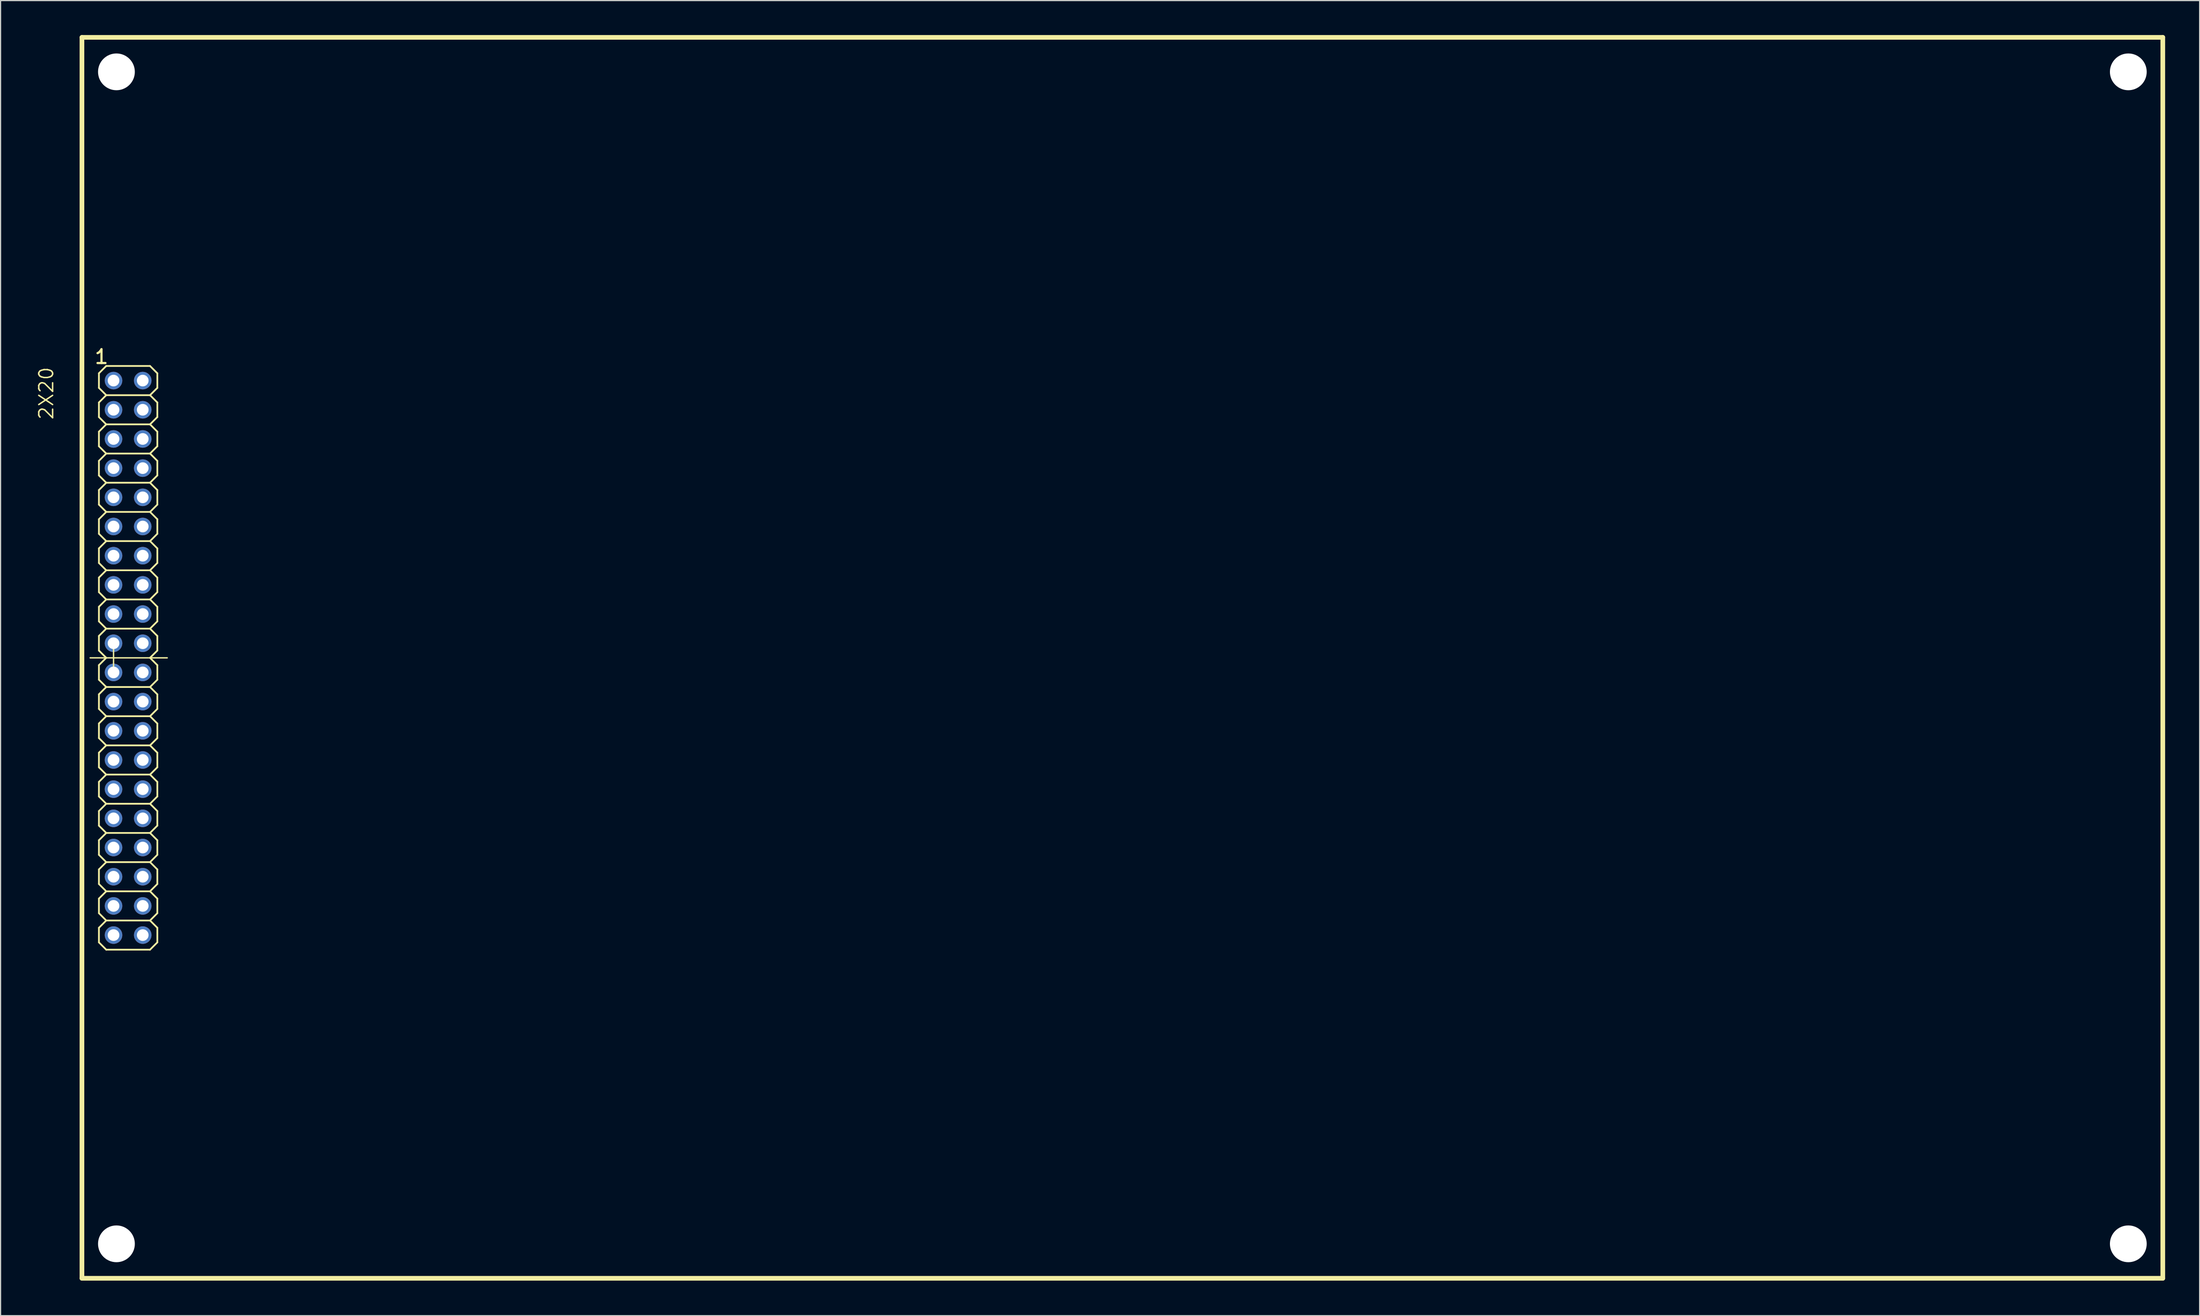
<source format=kicad_pcb>
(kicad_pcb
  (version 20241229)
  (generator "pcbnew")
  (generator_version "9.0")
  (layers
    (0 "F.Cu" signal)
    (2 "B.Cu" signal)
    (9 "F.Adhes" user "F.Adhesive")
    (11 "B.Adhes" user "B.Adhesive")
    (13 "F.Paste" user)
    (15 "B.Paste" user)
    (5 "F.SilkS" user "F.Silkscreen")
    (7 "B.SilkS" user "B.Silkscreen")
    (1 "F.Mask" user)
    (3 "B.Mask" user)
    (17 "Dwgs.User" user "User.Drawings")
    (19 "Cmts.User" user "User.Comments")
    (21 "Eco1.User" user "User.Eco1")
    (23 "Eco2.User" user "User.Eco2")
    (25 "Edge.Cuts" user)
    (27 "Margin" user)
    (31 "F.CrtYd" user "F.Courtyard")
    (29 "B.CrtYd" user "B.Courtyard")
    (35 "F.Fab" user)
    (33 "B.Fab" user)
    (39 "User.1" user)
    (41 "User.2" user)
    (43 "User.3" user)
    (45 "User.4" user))
  (footprint "2X20"
    (layer "F.Cu")
    (at 4.078 108.203)
    (property "Reference" "2X20" (at -3.808 -79.4 90) (layer "F.SilkS") (effects (font (size 1.206 1.206) (thickness 0.127)) (justify right top)))
    (attr through_hole)
    (fp_line (start 0 -108) (end 0 0) (stroke (width 0.406) (type solid)) (layer "F.SilkS"))
    (fp_line (start 0 0) (end 181 0) (stroke (width 0.406) (type solid)) (layer "F.SilkS"))
    (fp_line (start 1.477 -78.765) (end 1.477 -77.495) (stroke (width 0.152) (type solid)) (layer "F.SilkS"))
    (fp_line (start 1.477 -77.495) (end 2.112 -76.86) (stroke (width 0.152) (type solid)) (layer "F.SilkS"))
    (fp_line (start 1.477 -76.225) (end 1.477 -74.955) (stroke (width 0.152) (type solid)) (layer "F.SilkS"))
    (fp_line (start 1.477 -74.955) (end 2.112 -74.32) (stroke (width 0.152) (type solid)) (layer "F.SilkS"))
    (fp_line (start 1.477 -73.685) (end 1.477 -72.415) (stroke (width 0.152) (type solid)) (layer "F.SilkS"))
    (fp_line (start 1.477 -72.415) (end 2.112 -71.78) (stroke (width 0.152) (type solid)) (layer "F.SilkS"))
    (fp_line (start 1.477 -71.145) (end 1.477 -69.875) (stroke (width 0.152) (type solid)) (layer "F.SilkS"))
    (fp_line (start 1.477 -69.875) (end 2.112 -69.24) (stroke (width 0.152) (type solid)) (layer "F.SilkS"))
    (fp_line (start 1.477 -68.605) (end 1.477 -67.335) (stroke (width 0.152) (type solid)) (layer "F.SilkS"))
    (fp_line (start 1.477 -67.335) (end 2.112 -66.7) (stroke (width 0.152) (type solid)) (layer "F.SilkS"))
    (fp_line (start 1.477 -66.065) (end 1.477 -64.795) (stroke (width 0.152) (type solid)) (layer "F.SilkS"))
    (fp_line (start 1.477 -64.795) (end 2.112 -64.16) (stroke (width 0.152) (type solid)) (layer "F.SilkS"))
    (fp_line (start 1.477 -62.255) (end 1.477 -63.525) (stroke (width 0.152) (type solid)) (layer "F.SilkS"))
    (fp_line (start 1.477 -59.715) (end 1.477 -60.985) (stroke (width 0.152) (type solid)) (layer "F.SilkS"))
    (fp_line (start 1.477 -57.175) (end 1.477 -58.445) (stroke (width 0.152) (type solid)) (layer "F.SilkS"))
    (fp_line (start 1.477 -54.635) (end 1.477 -55.905) (stroke (width 0.152) (type solid)) (layer "F.SilkS"))
    (fp_line (start 1.477 -52.095) (end 1.477 -53.365) (stroke (width 0.152) (type solid)) (layer "F.SilkS"))
    (fp_line (start 1.477 -49.555) (end 1.477 -50.825) (stroke (width 0.152) (type solid)) (layer "F.SilkS"))
    (fp_line (start 1.477 -47.015) (end 1.477 -48.285) (stroke (width 0.152) (type solid)) (layer "F.SilkS"))
    (fp_line (start 1.477 -44.475) (end 1.477 -45.745) (stroke (width 0.152) (type solid)) (layer "F.SilkS"))
    (fp_line (start 1.477 -43.205) (end 1.477 -41.935) (stroke (width 0.152) (type solid)) (layer "F.SilkS"))
    (fp_line (start 1.477 -43.205) (end 2.112 -43.84) (stroke (width 0.152) (type solid)) (layer "F.SilkS"))
    (fp_line (start 1.477 -40.665) (end 1.477 -39.395) (stroke (width 0.152) (type solid)) (layer "F.SilkS"))
    (fp_line (start 1.477 -40.665) (end 2.112 -41.3) (stroke (width 0.152) (type solid)) (layer "F.SilkS"))
    (fp_line (start 1.477 -36.855) (end 1.477 -38.125) (stroke (width 0.152) (type solid)) (layer "F.SilkS"))
    (fp_line (start 1.477 -34.315) (end 1.477 -35.585) (stroke (width 0.152) (type solid)) (layer "F.SilkS"))
    (fp_line (start 1.477 -31.775) (end 1.477 -33.045) (stroke (width 0.152) (type solid)) (layer "F.SilkS"))
    (fp_line (start 1.477 -29.235) (end 1.477 -30.505) (stroke (width 0.152) (type solid)) (layer "F.SilkS"))
    (fp_line (start 2.112 -79.4) (end 1.477 -78.765) (stroke (width 0.152) (type solid)) (layer "F.SilkS"))
    (fp_line (start 2.112 -79.4) (end 5.922 -79.4) (stroke (width 0.152) (type solid)) (layer "F.SilkS"))
    (fp_line (start 2.112 -76.86) (end 1.477 -76.225) (stroke (width 0.152) (type solid)) (layer "F.SilkS"))
    (fp_line (start 2.112 -74.32) (end 1.477 -73.685) (stroke (width 0.152) (type solid)) (layer "F.SilkS"))
    (fp_line (start 2.112 -71.78) (end 1.477 -71.145) (stroke (width 0.152) (type solid)) (layer "F.SilkS"))
    (fp_line (start 2.112 -69.24) (end 1.477 -68.605) (stroke (width 0.152) (type solid)) (layer "F.SilkS"))
    (fp_line (start 2.112 -66.7) (end 1.477 -66.065) (stroke (width 0.152) (type solid)) (layer "F.SilkS"))
    (fp_line (start 2.112 -64.16) (end 1.477 -63.525) (stroke (width 0.152) (type solid)) (layer "F.SilkS"))
    (fp_line (start 2.112 -61.62) (end 1.477 -62.255) (stroke (width 0.152) (type solid)) (layer "F.SilkS"))
    (fp_line (start 2.112 -61.62) (end 1.477 -60.985) (stroke (width 0.152) (type solid)) (layer "F.SilkS"))
    (fp_line (start 2.112 -59.08) (end 1.477 -59.715) (stroke (width 0.152) (type solid)) (layer "F.SilkS"))
    (fp_line (start 2.112 -59.08) (end 1.477 -58.445) (stroke (width 0.152) (type solid)) (layer "F.SilkS"))
    (fp_line (start 2.112 -56.54) (end 1.477 -57.175) (stroke (width 0.152) (type solid)) (layer "F.SilkS"))
    (fp_line (start 2.112 -56.54) (end 1.477 -55.905) (stroke (width 0.152) (type solid)) (layer "F.SilkS"))
    (fp_line (start 2.112 -54) (end 1.477 -54.635) (stroke (width 0.152) (type solid)) (layer "F.SilkS"))
    (fp_line (start 2.112 -54) (end 1.477 -53.365) (stroke (width 0.152) (type solid)) (layer "F.SilkS"))
    (fp_line (start 2.112 -51.46) (end 1.477 -52.095) (stroke (width 0.152) (type solid)) (layer "F.SilkS"))
    (fp_line (start 2.112 -51.46) (end 1.477 -50.825) (stroke (width 0.152) (type solid)) (layer "F.SilkS"))
    (fp_line (start 2.112 -48.92) (end 1.477 -49.555) (stroke (width 0.152) (type solid)) (layer "F.SilkS"))
    (fp_line (start 2.112 -48.92) (end 1.477 -48.285) (stroke (width 0.152) (type solid)) (layer "F.SilkS"))
    (fp_line (start 2.112 -46.38) (end 1.477 -47.015) (stroke (width 0.152) (type solid)) (layer "F.SilkS"))
    (fp_line (start 2.112 -46.38) (end 1.477 -45.745) (stroke (width 0.152) (type solid)) (layer "F.SilkS"))
    (fp_line (start 2.112 -43.84) (end 1.477 -44.475) (stroke (width 0.152) (type solid)) (layer "F.SilkS"))
    (fp_line (start 2.112 -41.3) (end 1.477 -41.935) (stroke (width 0.152) (type solid)) (layer "F.SilkS"))
    (fp_line (start 2.112 -38.76) (end 1.477 -39.395) (stroke (width 0.152) (type solid)) (layer "F.SilkS"))
    (fp_line (start 2.112 -38.76) (end 1.477 -38.125) (stroke (width 0.152) (type solid)) (layer "F.SilkS"))
    (fp_line (start 2.112 -36.22) (end 1.477 -36.855) (stroke (width 0.152) (type solid)) (layer "F.SilkS"))
    (fp_line (start 2.112 -36.22) (end 1.477 -35.585) (stroke (width 0.152) (type solid)) (layer "F.SilkS"))
    (fp_line (start 2.112 -33.68) (end 1.477 -34.315) (stroke (width 0.152) (type solid)) (layer "F.SilkS"))
    (fp_line (start 2.112 -33.68) (end 1.477 -33.045) (stroke (width 0.152) (type solid)) (layer "F.SilkS"))
    (fp_line (start 2.112 -31.14) (end 1.477 -31.775) (stroke (width 0.152) (type solid)) (layer "F.SilkS"))
    (fp_line (start 2.112 -31.14) (end 1.477 -30.505) (stroke (width 0.152) (type solid)) (layer "F.SilkS"))
    (fp_line (start 2.112 -28.6) (end 1.477 -29.235) (stroke (width 0.152) (type solid)) (layer "F.SilkS"))
    (fp_line (start 2.749 -55.206) (end 2.749 -52.706) (stroke (width 0.12) (type solid)) (layer "F.SilkS"))
    (fp_line (start 5.922 -79.4) (end 6.557 -78.765) (stroke (width 0.152) (type solid)) (layer "F.SilkS"))
    (fp_line (start 5.922 -76.86) (end 2.112 -76.86) (stroke (width 0.152) (type solid)) (layer "F.SilkS"))
    (fp_line (start 5.922 -76.86) (end 6.557 -76.225) (stroke (width 0.152) (type solid)) (layer "F.SilkS"))
    (fp_line (start 5.922 -74.32) (end 2.112 -74.32) (stroke (width 0.152) (type solid)) (layer "F.SilkS"))
    (fp_line (start 5.922 -74.32) (end 6.557 -73.685) (stroke (width 0.152) (type solid)) (layer "F.SilkS"))
    (fp_line (start 5.922 -71.78) (end 2.112 -71.78) (stroke (width 0.152) (type solid)) (layer "F.SilkS"))
    (fp_line (start 5.922 -71.78) (end 6.557 -71.145) (stroke (width 0.152) (type solid)) (layer "F.SilkS"))
    (fp_line (start 5.922 -69.24) (end 2.112 -69.24) (stroke (width 0.152) (type solid)) (layer "F.SilkS"))
    (fp_line (start 5.922 -69.24) (end 6.557 -68.605) (stroke (width 0.152) (type solid)) (layer "F.SilkS"))
    (fp_line (start 5.922 -66.7) (end 2.112 -66.7) (stroke (width 0.152) (type solid)) (layer "F.SilkS"))
    (fp_line (start 5.922 -66.7) (end 6.557 -66.065) (stroke (width 0.152) (type solid)) (layer "F.SilkS"))
    (fp_line (start 5.922 -64.16) (end 2.112 -64.16) (stroke (width 0.152) (type solid)) (layer "F.SilkS"))
    (fp_line (start 5.922 -64.16) (end 6.557 -63.525) (stroke (width 0.152) (type solid)) (layer "F.SilkS"))
    (fp_line (start 5.922 -61.62) (end 2.112 -61.62) (stroke (width 0.152) (type solid)) (layer "F.SilkS"))
    (fp_line (start 5.922 -61.62) (end 6.557 -60.985) (stroke (width 0.152) (type solid)) (layer "F.SilkS"))
    (fp_line (start 5.922 -59.08) (end 2.112 -59.08) (stroke (width 0.152) (type solid)) (layer "F.SilkS"))
    (fp_line (start 5.922 -59.08) (end 6.557 -58.445) (stroke (width 0.152) (type solid)) (layer "F.SilkS"))
    (fp_line (start 5.922 -56.54) (end 2.112 -56.54) (stroke (width 0.152) (type solid)) (layer "F.SilkS"))
    (fp_line (start 5.922 -56.54) (end 6.557 -55.905) (stroke (width 0.152) (type solid)) (layer "F.SilkS"))
    (fp_line (start 5.922 -54) (end 6.557 -53.365) (stroke (width 0.152) (type solid)) (layer "F.SilkS"))
    (fp_line (start 5.922 -51.46) (end 2.112 -51.46) (stroke (width 0.152) (type solid)) (layer "F.SilkS"))
    (fp_line (start 5.922 -51.46) (end 6.557 -50.825) (stroke (width 0.152) (type solid)) (layer "F.SilkS"))
    (fp_line (start 5.922 -48.92) (end 2.112 -48.92) (stroke (width 0.152) (type solid)) (layer "F.SilkS"))
    (fp_line (start 5.922 -48.92) (end 6.557 -49.555) (stroke (width 0.152) (type solid)) (layer "F.SilkS"))
    (fp_line (start 5.922 -48.92) (end 6.557 -48.285) (stroke (width 0.152) (type solid)) (layer "F.SilkS"))
    (fp_line (start 5.922 -46.38) (end 2.112 -46.38) (stroke (width 0.152) (type solid)) (layer "F.SilkS"))
    (fp_line (start 5.922 -46.38) (end 6.557 -45.745) (stroke (width 0.152) (type solid)) (layer "F.SilkS"))
    (fp_line (start 5.922 -43.84) (end 2.112 -43.84) (stroke (width 0.152) (type solid)) (layer "F.SilkS"))
    (fp_line (start 5.922 -43.84) (end 6.557 -43.205) (stroke (width 0.152) (type solid)) (layer "F.SilkS"))
    (fp_line (start 5.922 -41.3) (end 2.112 -41.3) (stroke (width 0.152) (type solid)) (layer "F.SilkS"))
    (fp_line (start 5.922 -41.3) (end 6.557 -40.665) (stroke (width 0.152) (type solid)) (layer "F.SilkS"))
    (fp_line (start 5.922 -38.76) (end 2.112 -38.76) (stroke (width 0.152) (type solid)) (layer "F.SilkS"))
    (fp_line (start 5.922 -38.76) (end 6.557 -38.125) (stroke (width 0.152) (type solid)) (layer "F.SilkS"))
    (fp_line (start 5.922 -36.22) (end 2.112 -36.22) (stroke (width 0.152) (type solid)) (layer "F.SilkS"))
    (fp_line (start 5.922 -36.22) (end 6.557 -35.585) (stroke (width 0.152) (type solid)) (layer "F.SilkS"))
    (fp_line (start 5.922 -33.68) (end 2.112 -33.68) (stroke (width 0.152) (type solid)) (layer "F.SilkS"))
    (fp_line (start 5.922 -33.68) (end 6.557 -33.045) (stroke (width 0.152) (type solid)) (layer "F.SilkS"))
    (fp_line (start 5.922 -31.14) (end 2.112 -31.14) (stroke (width 0.152) (type solid)) (layer "F.SilkS"))
    (fp_line (start 5.922 -31.14) (end 6.557 -30.505) (stroke (width 0.152) (type solid)) (layer "F.SilkS"))
    (fp_line (start 5.922 -28.6) (end 2.112 -28.6) (stroke (width 0.152) (type solid)) (layer "F.SilkS"))
    (fp_line (start 6.557 -78.765) (end 6.557 -77.495) (stroke (width 0.152) (type solid)) (layer "F.SilkS"))
    (fp_line (start 6.557 -77.495) (end 5.922 -76.86) (stroke (width 0.152) (type solid)) (layer "F.SilkS"))
    (fp_line (start 6.557 -76.225) (end 6.557 -74.955) (stroke (width 0.152) (type solid)) (layer "F.SilkS"))
    (fp_line (start 6.557 -74.955) (end 5.922 -74.32) (stroke (width 0.152) (type solid)) (layer "F.SilkS"))
    (fp_line (start 6.557 -73.685) (end 6.557 -72.415) (stroke (width 0.152) (type solid)) (layer "F.SilkS"))
    (fp_line (start 6.557 -72.415) (end 5.922 -71.78) (stroke (width 0.152) (type solid)) (layer "F.SilkS"))
    (fp_line (start 6.557 -71.145) (end 6.557 -69.875) (stroke (width 0.152) (type solid)) (layer "F.SilkS"))
    (fp_line (start 6.557 -69.875) (end 5.922 -69.24) (stroke (width 0.152) (type solid)) (layer "F.SilkS"))
    (fp_line (start 6.557 -68.605) (end 6.557 -67.335) (stroke (width 0.152) (type solid)) (layer "F.SilkS"))
    (fp_line (start 6.557 -67.335) (end 5.922 -66.7) (stroke (width 0.152) (type solid)) (layer "F.SilkS"))
    (fp_line (start 6.557 -66.065) (end 6.557 -64.795) (stroke (width 0.152) (type solid)) (layer "F.SilkS"))
    (fp_line (start 6.557 -64.795) (end 5.922 -64.16) (stroke (width 0.152) (type solid)) (layer "F.SilkS"))
    (fp_line (start 6.557 -63.525) (end 6.557 -62.255) (stroke (width 0.152) (type solid)) (layer "F.SilkS"))
    (fp_line (start 6.557 -62.255) (end 5.922 -61.62) (stroke (width 0.152) (type solid)) (layer "F.SilkS"))
    (fp_line (start 6.557 -60.985) (end 6.557 -59.715) (stroke (width 0.152) (type solid)) (layer "F.SilkS"))
    (fp_line (start 6.557 -59.715) (end 5.922 -59.08) (stroke (width 0.152) (type solid)) (layer "F.SilkS"))
    (fp_line (start 6.557 -58.445) (end 6.557 -57.175) (stroke (width 0.152) (type solid)) (layer "F.SilkS"))
    (fp_line (start 6.557 -57.175) (end 5.922 -56.54) (stroke (width 0.152) (type solid)) (layer "F.SilkS"))
    (fp_line (start 6.557 -55.905) (end 6.557 -54.635) (stroke (width 0.152) (type solid)) (layer "F.SilkS"))
    (fp_line (start 6.557 -54.635) (end 5.922 -54) (stroke (width 0.152) (type solid)) (layer "F.SilkS"))
    (fp_line (start 6.557 -53.365) (end 6.557 -52.095) (stroke (width 0.152) (type solid)) (layer "F.SilkS"))
    (fp_line (start 6.557 -52.095) (end 5.922 -51.46) (stroke (width 0.152) (type solid)) (layer "F.SilkS"))
    (fp_line (start 6.557 -50.825) (end 6.557 -49.555) (stroke (width 0.152) (type solid)) (layer "F.SilkS"))
    (fp_line (start 6.557 -47.015) (end 5.922 -46.38) (stroke (width 0.152) (type solid)) (layer "F.SilkS"))
    (fp_line (start 6.557 -47.015) (end 6.557 -48.285) (stroke (width 0.152) (type solid)) (layer "F.SilkS"))
    (fp_line (start 6.557 -44.475) (end 5.922 -43.84) (stroke (width 0.152) (type solid)) (layer "F.SilkS"))
    (fp_line (start 6.557 -44.475) (end 6.557 -45.745) (stroke (width 0.152) (type solid)) (layer "F.SilkS"))
    (fp_line (start 6.557 -41.935) (end 5.922 -41.3) (stroke (width 0.152) (type solid)) (layer "F.SilkS"))
    (fp_line (start 6.557 -41.935) (end 6.557 -43.205) (stroke (width 0.152) (type solid)) (layer "F.SilkS"))
    (fp_line (start 6.557 -39.395) (end 5.922 -38.76) (stroke (width 0.152) (type solid)) (layer "F.SilkS"))
    (fp_line (start 6.557 -39.395) (end 6.557 -40.665) (stroke (width 0.152) (type solid)) (layer "F.SilkS"))
    (fp_line (start 6.557 -36.855) (end 5.922 -36.22) (stroke (width 0.152) (type solid)) (layer "F.SilkS"))
    (fp_line (start 6.557 -36.855) (end 6.557 -38.125) (stroke (width 0.152) (type solid)) (layer "F.SilkS"))
    (fp_line (start 6.557 -34.315) (end 5.922 -33.68) (stroke (width 0.152) (type solid)) (layer "F.SilkS"))
    (fp_line (start 6.557 -34.315) (end 6.557 -35.585) (stroke (width 0.152) (type solid)) (layer "F.SilkS"))
    (fp_line (start 6.557 -31.775) (end 5.922 -31.14) (stroke (width 0.152) (type solid)) (layer "F.SilkS"))
    (fp_line (start 6.557 -31.775) (end 6.557 -33.045) (stroke (width 0.152) (type solid)) (layer "F.SilkS"))
    (fp_line (start 6.557 -29.235) (end 5.922 -28.6) (stroke (width 0.152) (type solid)) (layer "F.SilkS"))
    (fp_line (start 6.557 -29.235) (end 6.557 -30.505) (stroke (width 0.152) (type solid)) (layer "F.SilkS"))
    (fp_line (start 7.417 -54) (end 0.717 -54) (stroke (width 0.12) (type solid)) (layer "F.SilkS"))
    (fp_line (start 181 -108) (end 0 -108) (stroke (width 0.406) (type solid)) (layer "F.SilkS"))
    (fp_line (start 181 0) (end 181 -108) (stroke (width 0.406) (type solid)) (layer "F.SilkS"))
    (fp_poly (pts (xy 2.493 -78.384) (xy 2.493 -77.876) (xy 3.001 -77.876) (xy 3.001 -78.384)) (stroke (width 0.1) (type solid)) (fill no) (layer "F.Fab"))
    (fp_poly (pts (xy 2.493 -75.844) (xy 2.493 -75.336) (xy 3.001 -75.336) (xy 3.001 -75.844)) (stroke (width 0.1) (type solid)) (fill no) (layer "F.Fab"))
    (fp_poly (pts (xy 2.493 -73.304) (xy 2.493 -72.796) (xy 3.001 -72.796) (xy 3.001 -73.304)) (stroke (width 0.1) (type solid)) (fill no) (layer "F.Fab"))
    (fp_poly (pts (xy 2.493 -70.764) (xy 2.493 -70.256) (xy 3.001 -70.256) (xy 3.001 -70.764)) (stroke (width 0.1) (type solid)) (fill no) (layer "F.Fab"))
    (fp_poly (pts (xy 2.493 -68.224) (xy 2.493 -67.716) (xy 3.001 -67.716) (xy 3.001 -68.224)) (stroke (width 0.1) (type solid)) (fill no) (layer "F.Fab"))
    (fp_poly (pts (xy 2.493 -65.684) (xy 2.493 -65.176) (xy 3.001 -65.176) (xy 3.001 -65.684)) (stroke (width 0.1) (type solid)) (fill no) (layer "F.Fab"))
    (fp_poly (pts (xy 2.493 -63.144) (xy 2.493 -62.636) (xy 3.001 -62.636) (xy 3.001 -63.144)) (stroke (width 0.1) (type solid)) (fill no) (layer "F.Fab"))
    (fp_poly (pts (xy 2.493 -60.604) (xy 2.493 -60.096) (xy 3.001 -60.096) (xy 3.001 -60.604)) (stroke (width 0.1) (type solid)) (fill no) (layer "F.Fab"))
    (fp_poly (pts (xy 2.493 -58.064) (xy 2.493 -57.556) (xy 3.001 -57.556) (xy 3.001 -58.064)) (stroke (width 0.1) (type solid)) (fill no) (layer "F.Fab"))
    (fp_poly (pts (xy 2.493 -55.524) (xy 2.493 -55.016) (xy 3.001 -55.016) (xy 3.001 -55.524)) (stroke (width 0.1) (type solid)) (fill no) (layer "F.Fab"))
    (fp_poly (pts (xy 2.493 -52.984) (xy 2.493 -52.476) (xy 3.001 -52.476) (xy 3.001 -52.984)) (stroke (width 0.1) (type solid)) (fill no) (layer "F.Fab"))
    (fp_poly (pts (xy 2.493 -50.444) (xy 2.493 -49.936) (xy 3.001 -49.936) (xy 3.001 -50.444)) (stroke (width 0.1) (type solid)) (fill no) (layer "F.Fab"))
    (fp_poly (pts (xy 2.493 -47.904) (xy 2.493 -47.396) (xy 3.001 -47.396) (xy 3.001 -47.904)) (stroke (width 0.1) (type solid)) (fill no) (layer "F.Fab"))
    (fp_poly (pts (xy 2.493 -45.364) (xy 2.493 -44.856) (xy 3.001 -44.856) (xy 3.001 -45.364)) (stroke (width 0.1) (type solid)) (fill no) (layer "F.Fab"))
    (fp_poly (pts (xy 2.493 -42.824) (xy 2.493 -42.316) (xy 3.001 -42.316) (xy 3.001 -42.824)) (stroke (width 0.1) (type solid)) (fill no) (layer "F.Fab"))
    (fp_poly (pts (xy 2.493 -40.284) (xy 2.493 -39.776) (xy 3.001 -39.776) (xy 3.001 -40.284)) (stroke (width 0.1) (type solid)) (fill no) (layer "F.Fab"))
    (fp_poly (pts (xy 2.493 -37.744) (xy 2.493 -37.236) (xy 3.001 -37.236) (xy 3.001 -37.744)) (stroke (width 0.1) (type solid)) (fill no) (layer "F.Fab"))
    (fp_poly (pts (xy 2.493 -35.204) (xy 2.493 -34.696) (xy 3.001 -34.696) (xy 3.001 -35.204)) (stroke (width 0.1) (type solid)) (fill no) (layer "F.Fab"))
    (fp_poly (pts (xy 2.493 -32.664) (xy 2.493 -32.156) (xy 3.001 -32.156) (xy 3.001 -32.664)) (stroke (width 0.1) (type solid)) (fill no) (layer "F.Fab"))
    (fp_poly (pts (xy 2.493 -30.124) (xy 2.493 -29.616) (xy 3.001 -29.616) (xy 3.001 -30.124)) (stroke (width 0.1) (type solid)) (fill no) (layer "F.Fab"))
    (fp_poly (pts (xy 5.033 -78.384) (xy 5.033 -77.876) (xy 5.541 -77.876) (xy 5.541 -78.384)) (stroke (width 0.1) (type solid)) (fill no) (layer "F.Fab"))
    (fp_poly (pts (xy 5.033 -75.844) (xy 5.033 -75.336) (xy 5.541 -75.336) (xy 5.541 -75.844)) (stroke (width 0.1) (type solid)) (fill no) (layer "F.Fab"))
    (fp_poly (pts (xy 5.033 -73.304) (xy 5.033 -72.796) (xy 5.541 -72.796) (xy 5.541 -73.304)) (stroke (width 0.1) (type solid)) (fill no) (layer "F.Fab"))
    (fp_poly (pts (xy 5.033 -70.764) (xy 5.033 -70.256) (xy 5.541 -70.256) (xy 5.541 -70.764)) (stroke (width 0.1) (type solid)) (fill no) (layer "F.Fab"))
    (fp_poly (pts (xy 5.033 -68.224) (xy 5.033 -67.716) (xy 5.541 -67.716) (xy 5.541 -68.224)) (stroke (width 0.1) (type solid)) (fill no) (layer "F.Fab"))
    (fp_poly (pts (xy 5.033 -65.684) (xy 5.033 -65.176) (xy 5.541 -65.176) (xy 5.541 -65.684)) (stroke (width 0.1) (type solid)) (fill no) (layer "F.Fab"))
    (fp_poly (pts (xy 5.033 -63.144) (xy 5.033 -62.636) (xy 5.541 -62.636) (xy 5.541 -63.144)) (stroke (width 0.1) (type solid)) (fill no) (layer "F.Fab"))
    (fp_poly (pts (xy 5.033 -60.604) (xy 5.033 -60.096) (xy 5.541 -60.096) (xy 5.541 -60.604)) (stroke (width 0.1) (type solid)) (fill no) (layer "F.Fab"))
    (fp_poly (pts (xy 5.033 -58.064) (xy 5.033 -57.556) (xy 5.541 -57.556) (xy 5.541 -58.064)) (stroke (width 0.1) (type solid)) (fill no) (layer "F.Fab"))
    (fp_poly (pts (xy 5.033 -55.524) (xy 5.033 -55.016) (xy 5.541 -55.016) (xy 5.541 -55.524)) (stroke (width 0.1) (type solid)) (fill no) (layer "F.Fab"))
    (fp_poly (pts (xy 5.033 -52.984) (xy 5.033 -52.476) (xy 5.541 -52.476) (xy 5.541 -52.984)) (stroke (width 0.1) (type solid)) (fill no) (layer "F.Fab"))
    (fp_poly (pts (xy 5.033 -50.444) (xy 5.033 -49.936) (xy 5.541 -49.936) (xy 5.541 -50.444)) (stroke (width 0.1) (type solid)) (fill no) (layer "F.Fab"))
    (fp_poly (pts (xy 5.033 -47.904) (xy 5.033 -47.396) (xy 5.541 -47.396) (xy 5.541 -47.904)) (stroke (width 0.1) (type solid)) (fill no) (layer "F.Fab"))
    (fp_poly (pts (xy 5.033 -45.364) (xy 5.033 -44.856) (xy 5.541 -44.856) (xy 5.541 -45.364)) (stroke (width 0.1) (type solid)) (fill no) (layer "F.Fab"))
    (fp_poly (pts (xy 5.033 -42.824) (xy 5.033 -42.316) (xy 5.541 -42.316) (xy 5.541 -42.824)) (stroke (width 0.1) (type solid)) (fill no) (layer "F.Fab"))
    (fp_poly (pts (xy 5.033 -40.284) (xy 5.033 -39.776) (xy 5.541 -39.776) (xy 5.541 -40.284)) (stroke (width 0.1) (type solid)) (fill no) (layer "F.Fab"))
    (fp_poly (pts (xy 5.033 -37.744) (xy 5.033 -37.236) (xy 5.541 -37.236) (xy 5.541 -37.744)) (stroke (width 0.1) (type solid)) (fill no) (layer "F.Fab"))
    (fp_poly (pts (xy 5.033 -35.204) (xy 5.033 -34.696) (xy 5.541 -34.696) (xy 5.541 -35.204)) (stroke (width 0.1) (type solid)) (fill no) (layer "F.Fab"))
    (fp_poly (pts (xy 5.033 -32.664) (xy 5.033 -32.156) (xy 5.541 -32.156) (xy 5.541 -32.664)) (stroke (width 0.1) (type solid)) (fill no) (layer "F.Fab"))
    (fp_poly (pts (xy 5.033 -30.124) (xy 5.033 -29.616) (xy 5.541 -29.616) (xy 5.541 -30.124)) (stroke (width 0.1) (type solid)) (fill no) (layer "F.Fab"))
    (fp_text user "1" (at 1 -79.5 0) (layer "F.SilkS") (effects (font (size 1.206 1.206) (thickness 0.191)) (justify left bottom)))
    (pad "" np_thru_hole circle (at 3 -105) (size 3.2 3.2) (drill 3.2) (layers "*.Cu" "*.Mask"))
    (pad "" np_thru_hole circle (at 3 -3) (size 3.2 3.2) (drill 3.2) (layers "*.Cu" "*.Mask"))
    (pad "" np_thru_hole circle (at 178 -105) (size 3.2 3.2) (drill 3.2) (layers "*.Cu" "*.Mask"))
    (pad "" np_thru_hole circle (at 178 -3) (size 3.2 3.2) (drill 3.2) (layers "*.Cu" "*.Mask"))
    (pad "1" thru_hole circle (at 2.747 -78.13 270) (size 1.524 1.524) (drill 1.016) (layers "*.Cu" "*.Mask"))
    (pad "2" thru_hole circle (at 5.287 -78.13 270) (size 1.524 1.524) (drill 1.016) (layers "*.Cu" "*.Mask"))
    (pad "3" thru_hole circle (at 2.747 -75.59 270) (size 1.524 1.524) (drill 1.016) (layers "*.Cu" "*.Mask"))
    (pad "4" thru_hole circle (at 5.287 -75.59 270) (size 1.524 1.524) (drill 1.016) (layers "*.Cu" "*.Mask"))
    (pad "5" thru_hole circle (at 2.747 -73.05 270) (size 1.524 1.524) (drill 1.016) (layers "*.Cu" "*.Mask"))
    (pad "6" thru_hole circle (at 5.287 -73.05 270) (size 1.524 1.524) (drill 1.016) (layers "*.Cu" "*.Mask"))
    (pad "7" thru_hole circle (at 2.747 -70.51 270) (size 1.524 1.524) (drill 1.016) (layers "*.Cu" "*.Mask"))
    (pad "8" thru_hole circle (at 5.287 -70.51 270) (size 1.524 1.524) (drill 1.016) (layers "*.Cu" "*.Mask"))
    (pad "9" thru_hole circle (at 2.747 -67.97 270) (size 1.524 1.524) (drill 1.016) (layers "*.Cu" "*.Mask"))
    (pad "10" thru_hole circle (at 5.287 -67.97 270) (size 1.524 1.524) (drill 1.016) (layers "*.Cu" "*.Mask"))
    (pad "11" thru_hole circle (at 2.747 -65.43 270) (size 1.524 1.524) (drill 1.016) (layers "*.Cu" "*.Mask"))
    (pad "12" thru_hole circle (at 5.287 -65.43 270) (size 1.524 1.524) (drill 1.016) (layers "*.Cu" "*.Mask"))
    (pad "13" thru_hole circle (at 2.747 -62.89 270) (size 1.524 1.524) (drill 1.016) (layers "*.Cu" "*.Mask"))
    (pad "14" thru_hole circle (at 5.287 -62.89 270) (size 1.524 1.524) (drill 1.016) (layers "*.Cu" "*.Mask"))
    (pad "15" thru_hole circle (at 2.747 -60.35 270) (size 1.524 1.524) (drill 1.016) (layers "*.Cu" "*.Mask"))
    (pad "16" thru_hole circle (at 5.287 -60.35 270) (size 1.524 1.524) (drill 1.016) (layers "*.Cu" "*.Mask"))
    (pad "17" thru_hole circle (at 2.747 -57.81 270) (size 1.524 1.524) (drill 1.016) (layers "*.Cu" "*.Mask"))
    (pad "18" thru_hole circle (at 5.287 -57.81 270) (size 1.524 1.524) (drill 1.016) (layers "*.Cu" "*.Mask"))
    (pad "19" thru_hole circle (at 2.747 -55.27 270) (size 1.524 1.524) (drill 1.016) (layers "*.Cu" "*.Mask"))
    (pad "20" thru_hole circle (at 5.287 -55.27 270) (size 1.524 1.524) (drill 1.016) (layers "*.Cu" "*.Mask"))
    (pad "21" thru_hole circle (at 2.747 -52.73 270) (size 1.524 1.524) (drill 1.016) (layers "*.Cu" "*.Mask"))
    (pad "22" thru_hole circle (at 5.287 -52.73 270) (size 1.524 1.524) (drill 1.016) (layers "*.Cu" "*.Mask"))
    (pad "23" thru_hole circle (at 2.747 -50.19 270) (size 1.524 1.524) (drill 1.016) (layers "*.Cu" "*.Mask"))
    (pad "24" thru_hole circle (at 5.287 -50.19 270) (size 1.524 1.524) (drill 1.016) (layers "*.Cu" "*.Mask"))
    (pad "25" thru_hole circle (at 2.747 -47.65 270) (size 1.524 1.524) (drill 1.016) (layers "*.Cu" "*.Mask"))
    (pad "26" thru_hole circle (at 5.287 -47.65 270) (size 1.524 1.524) (drill 1.016) (layers "*.Cu" "*.Mask"))
    (pad "27" thru_hole circle (at 2.747 -45.11 270) (size 1.524 1.524) (drill 1.016) (layers "*.Cu" "*.Mask"))
    (pad "28" thru_hole circle (at 5.287 -45.11 270) (size 1.524 1.524) (drill 1.016) (layers "*.Cu" "*.Mask"))
    (pad "29" thru_hole circle (at 2.747 -42.57 270) (size 1.524 1.524) (drill 1.016) (layers "*.Cu" "*.Mask"))
    (pad "30" thru_hole circle (at 5.287 -42.57 270) (size 1.524 1.524) (drill 1.016) (layers "*.Cu" "*.Mask"))
    (pad "31" thru_hole circle (at 2.747 -40.03 270) (size 1.524 1.524) (drill 1.016) (layers "*.Cu" "*.Mask"))
    (pad "32" thru_hole circle (at 5.287 -40.03 270) (size 1.524 1.524) (drill 1.016) (layers "*.Cu" "*.Mask"))
    (pad "33" thru_hole circle (at 2.747 -37.49 270) (size 1.524 1.524) (drill 1.016) (layers "*.Cu" "*.Mask"))
    (pad "34" thru_hole circle (at 5.287 -37.49 270) (size 1.524 1.524) (drill 1.016) (layers "*.Cu" "*.Mask"))
    (pad "35" thru_hole circle (at 2.747 -34.95 270) (size 1.524 1.524) (drill 1.016) (layers "*.Cu" "*.Mask"))
    (pad "36" thru_hole circle (at 5.287 -34.95 270) (size 1.524 1.524) (drill 1.016) (layers "*.Cu" "*.Mask"))
    (pad "37" thru_hole circle (at 2.747 -32.41 270) (size 1.524 1.524) (drill 1.016) (layers "*.Cu" "*.Mask"))
    (pad "38" thru_hole circle (at 5.287 -32.41 270) (size 1.524 1.524) (drill 1.016) (layers "*.Cu" "*.Mask"))
    (pad "39" thru_hole circle (at 2.747 -29.87 270) (size 1.524 1.524) (drill 1.016) (layers "*.Cu" "*.Mask"))
    (pad "40" thru_hole circle (at 5.287 -29.87 270) (size 1.524 1.524) (drill 1.016) (layers "*.Cu" "*.Mask")))
  (gr_rect
    (start -3 -3)
    (end 188.281 111.453)
    (stroke (width 0.1) (type default))
    (fill no)
    (layer "Edge.Cuts")))
</source>
